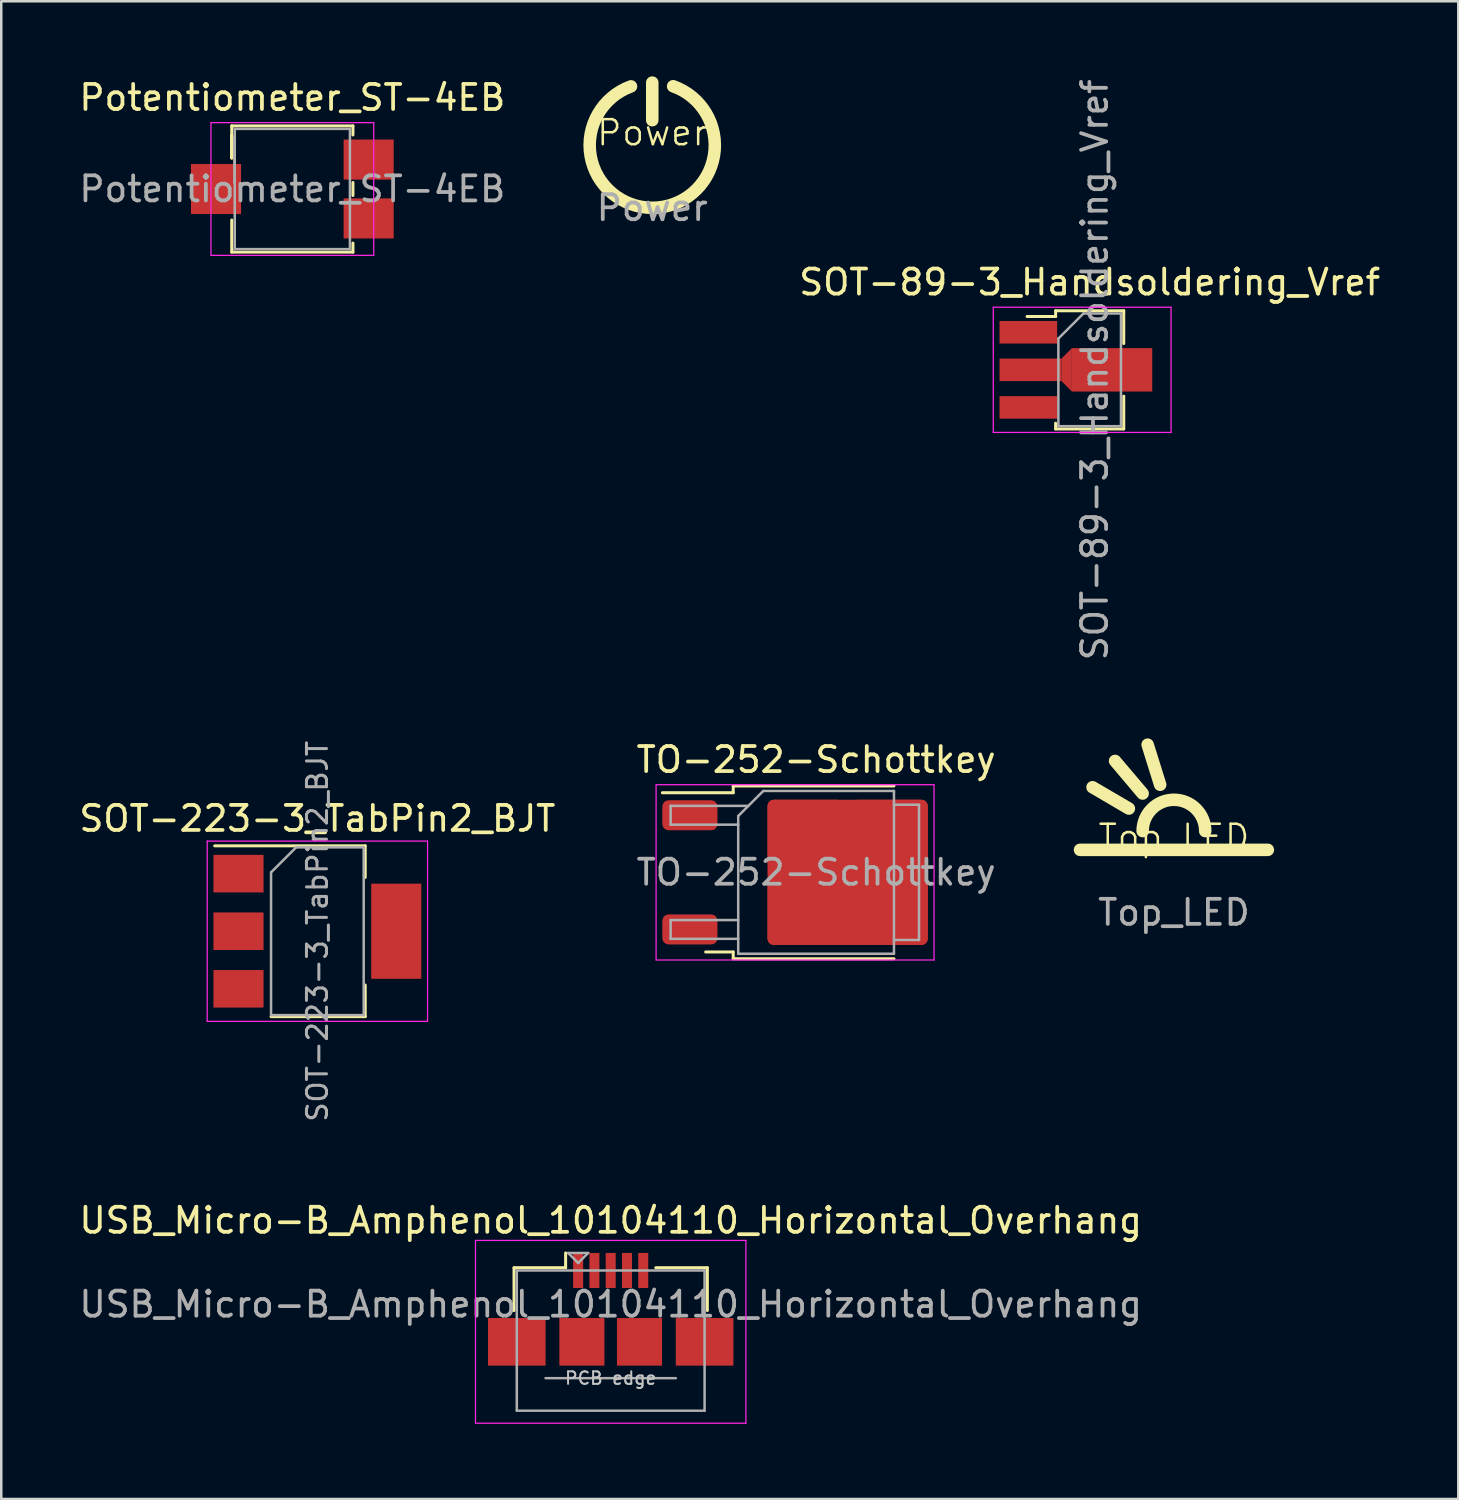
<source format=kicad_pcb>
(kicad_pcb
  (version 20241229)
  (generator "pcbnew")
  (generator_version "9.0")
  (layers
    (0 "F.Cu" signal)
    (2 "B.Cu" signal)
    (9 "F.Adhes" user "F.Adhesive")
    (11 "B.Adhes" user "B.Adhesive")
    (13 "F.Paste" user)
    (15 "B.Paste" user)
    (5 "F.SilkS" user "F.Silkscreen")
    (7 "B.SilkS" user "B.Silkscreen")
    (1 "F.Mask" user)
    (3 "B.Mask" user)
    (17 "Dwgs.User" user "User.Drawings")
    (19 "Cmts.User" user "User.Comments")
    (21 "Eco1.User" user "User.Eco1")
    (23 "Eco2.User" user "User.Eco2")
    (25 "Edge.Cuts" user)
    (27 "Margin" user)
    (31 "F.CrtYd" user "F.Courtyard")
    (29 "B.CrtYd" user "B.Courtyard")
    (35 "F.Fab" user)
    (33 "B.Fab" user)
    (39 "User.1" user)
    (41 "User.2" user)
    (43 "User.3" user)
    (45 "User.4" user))
  (footprint "SOT-89-3_Handsoldering_Vref"
    (layer "F.Cu")
    (at 40.468 11.72)
    (property "Reference" "SOT-89-3_Handsoldering_Vref" (at 0 -3.5 0) (layer "F.SilkS") (effects (font (size 1 1) (thickness 0.15))))
    (attr smd)
    (fp_poly (pts (xy -1.125 -0.45) (xy -0.711 -0.867) (xy -0.711 0.867) (xy -1.125 0.45)) (stroke (width 0) (type solid)) (fill yes) (layer "F.Cu"))
    (fp_poly (pts (xy 2.499 0.867) (xy -0.711 0.867) (xy -0.711 -0.867) (xy 2.499 -0.867)) (stroke (width 0) (type solid)) (fill yes) (layer "F.Cu"))
    (fp_line (start -2.5 -2.13) (end -1.36 -2.13) (stroke (width 0.12) (type solid)) (layer "F.SilkS"))
    (fp_line (start -1.36 -2.36) (end -1.36 -2.13) (stroke (width 0.12) (type solid)) (layer "F.SilkS"))
    (fp_line (start -1.36 -2.36) (end 1.36 -2.36) (stroke (width 0.12) (type solid)) (layer "F.SilkS"))
    (fp_line (start -1.36 2.36) (end -1.36 2.13) (stroke (width 0.12) (type solid)) (layer "F.SilkS"))
    (fp_line (start 1.36 -2.36) (end 1.36 -1.05) (stroke (width 0.12) (type solid)) (layer "F.SilkS"))
    (fp_line (start 1.36 1.05) (end 1.36 2.36) (stroke (width 0.12) (type solid)) (layer "F.SilkS"))
    (fp_line (start 1.36 2.36) (end -1.36 2.36) (stroke (width 0.12) (type solid)) (layer "F.SilkS"))
    (fp_line (start -3.85 2.5) (end -3.85 -2.5) (stroke (width 0.05) (type solid)) (layer "F.CrtYd"))
    (fp_line (start -3.85 2.5) (end 3.25 2.5) (stroke (width 0.05) (type solid)) (layer "F.CrtYd"))
    (fp_line (start 3.25 -2.5) (end -3.85 -2.5) (stroke (width 0.05) (type solid)) (layer "F.CrtYd"))
    (fp_line (start 3.25 -2.5) (end 3.25 2.5) (stroke (width 0.05) (type solid)) (layer "F.CrtYd"))
    (fp_line (start -1.25 -1.25) (end -0.25 -2.25) (stroke (width 0.1) (type solid)) (layer "F.Fab"))
    (fp_line (start -1.25 2.25) (end -1.25 -1.25) (stroke (width 0.1) (type solid)) (layer "F.Fab"))
    (fp_line (start -0.25 -2.25) (end 1.25 -2.25) (stroke (width 0.1) (type solid)) (layer "F.Fab"))
    (fp_line (start 1.25 -2.25) (end 1.25 2.25) (stroke (width 0.1) (type solid)) (layer "F.Fab"))
    (fp_line (start 1.25 2.25) (end -1.25 2.25) (stroke (width 0.1) (type solid)) (layer "F.Fab"))
    (fp_text user "${REFERENCE}" (at 0.2 0 90) (layer "F.Fab") (effects (font (size 1 1) (thickness 0.15))))
    (pad "1" smd rect (at -2.45 -1.5) (size 2.3 0.9) (layers "F.Cu" "F.Mask" "F.Paste"))
    (pad "2" smd rect (at -2.362 0) (size 2.475 0.9) (layers "F.Cu" "F.Mask" "F.Paste"))
    (pad "3" smd rect (at -2.45 1.5) (size 2.3 0.9) (layers "F.Cu" "F.Mask" "F.Paste")))
  (footprint "TO-252-Schottkey"
    (layer "F.Cu")
    (at 29.542 31.789)
    (property "Reference" "TO-252-Schottkey" (at 0 -4.5 0) (layer "F.SilkS") (effects (font (size 1 1) (thickness 0.15))))
    (attr smd)
    (fp_line (start -3.31 -3.45) (end -3.31 -3.18) (stroke (width 0.12) (type solid)) (layer "F.SilkS"))
    (fp_line (start -3.31 -3.18) (end -6.14 -3.18) (stroke (width 0.12) (type solid)) (layer "F.SilkS"))
    (fp_line (start -3.31 3.18) (end -4.41 3.18) (stroke (width 0.12) (type solid)) (layer "F.SilkS"))
    (fp_line (start -3.31 3.45) (end -3.31 3.18) (stroke (width 0.12) (type solid)) (layer "F.SilkS"))
    (fp_line (start 3.11 -3.45) (end -3.31 -3.45) (stroke (width 0.12) (type solid)) (layer "F.SilkS"))
    (fp_line (start 3.11 3.45) (end -3.31 3.45) (stroke (width 0.12) (type solid)) (layer "F.SilkS"))
    (fp_line (start -6.39 -3.5) (end -6.39 3.5) (stroke (width 0.05) (type solid)) (layer "F.CrtYd"))
    (fp_line (start -6.39 3.5) (end 4.71 3.5) (stroke (width 0.05) (type solid)) (layer "F.CrtYd"))
    (fp_line (start 4.71 -3.5) (end -6.39 -3.5) (stroke (width 0.05) (type solid)) (layer "F.CrtYd"))
    (fp_line (start 4.71 3.5) (end 4.71 -3.5) (stroke (width 0.05) (type solid)) (layer "F.CrtYd"))
    (fp_line (start -5.81 -2.655) (end -5.81 -1.905) (stroke (width 0.1) (type solid)) (layer "F.Fab"))
    (fp_line (start -5.81 -1.905) (end -3.11 -1.905) (stroke (width 0.1) (type solid)) (layer "F.Fab"))
    (fp_line (start -5.81 1.905) (end -5.81 2.655) (stroke (width 0.1) (type solid)) (layer "F.Fab"))
    (fp_line (start -5.81 2.655) (end -3.11 2.655) (stroke (width 0.1) (type solid)) (layer "F.Fab"))
    (fp_line (start -3.11 -2.25) (end -2.11 -3.25) (stroke (width 0.1) (type solid)) (layer "F.Fab"))
    (fp_line (start -3.11 1.905) (end -5.81 1.905) (stroke (width 0.1) (type solid)) (layer "F.Fab"))
    (fp_line (start -3.11 3.25) (end -3.11 -2.25) (stroke (width 0.1) (type solid)) (layer "F.Fab"))
    (fp_line (start -2.705 -2.655) (end -5.81 -2.655) (stroke (width 0.1) (type solid)) (layer "F.Fab"))
    (fp_line (start -2.11 -3.25) (end 3.11 -3.25) (stroke (width 0.1) (type solid)) (layer "F.Fab"))
    (fp_line (start 3.11 -3.25) (end 3.11 3.25) (stroke (width 0.1) (type solid)) (layer "F.Fab"))
    (fp_line (start 3.11 -2.7) (end 4.11 -2.7) (stroke (width 0.1) (type solid)) (layer "F.Fab"))
    (fp_line (start 3.11 3.25) (end -3.11 3.25) (stroke (width 0.1) (type solid)) (layer "F.Fab"))
    (fp_line (start 4.11 -2.7) (end 4.11 2.7) (stroke (width 0.1) (type solid)) (layer "F.Fab"))
    (fp_line (start 4.11 2.7) (end 3.11 2.7) (stroke (width 0.1) (type solid)) (layer "F.Fab"))
    (fp_text user "${REFERENCE}" (at 0 0 0) (layer "F.Fab") (effects (font (size 1 1) (thickness 0.15))))
    (pad "1" smd roundrect (at -0.415 -1.525) (size 3.05 2.75) (layers "F.Cu" "F.Paste") (roundrect_rratio 0.091))
    (pad "1" smd roundrect (at -0.415 1.525) (size 3.05 2.75) (layers "F.Cu" "F.Paste") (roundrect_rratio 0.091))
    (pad "1" smd roundrect (at 1.26 0) (size 6.4 5.8) (layers "F.Cu" "F.Mask") (roundrect_rratio 0.043))
    (pad "1" smd roundrect (at 2.935 -1.525) (size 3.05 2.75) (layers "F.Cu" "F.Paste") (roundrect_rratio 0.091))
    (pad "1" smd roundrect (at 2.935 1.525) (size 3.05 2.75) (layers "F.Cu" "F.Paste") (roundrect_rratio 0.091))
    (pad "2" smd roundrect (at -5.04 -2.28) (size 2.2 1.2) (layers "F.Cu" "F.Mask" "F.Paste") (roundrect_rratio 0.208))
    (pad "2" smd roundrect (at -5.04 2.28) (size 2.2 1.2) (layers "F.Cu" "F.Mask" "F.Paste") (roundrect_rratio 0.208)))
  (footprint "Top_LED"
    (layer "F.Cu")
    (at 43.833 30.89)
    (property "Reference" "Top_LED" (at 0 -0.5 0) (unlocked yes) (layer "F.SilkS") (effects (font (size 1 1) (thickness 0.1))))
    (fp_line (start -1.8 -1.65) (end -3.25 -2.5) (stroke (width 0.5) (type default)) (layer "F.SilkS"))
    (fp_line (start -1.25 -2.25) (end -2.35 -3.55) (stroke (width 0.5) (type default)) (layer "F.SilkS"))
    (fp_line (start -0.55 -2.6) (end -1.05 -4.2) (stroke (width 0.5) (type default)) (layer "F.SilkS"))
    (fp_line (start 3.75 0) (end -3.75 0) (stroke (width 0.5) (type default)) (layer "F.SilkS"))
    (fp_arc (start -1.25 -0.75) (mid 0 -2) (end 1.25 -0.75) (stroke (width 0.5) (type default)) (layer "F.SilkS"))
    (fp_circle (center 0 -0.6) (end 1.45 0.85) (stroke (width 0.1) (type default)) (fill no) (layer "User.1"))
    (fp_circle (center 0 -0.6) (end 3.75 -0.6) (stroke (width 0.1) (type default)) (fill no) (layer "User.1"))
    (fp_text user "${REFERENCE}" (at 0 2.5 0) (unlocked yes) (layer "F.Fab") (effects (font (size 1 1) (thickness 0.15)))))
  (footprint "Power"
    (layer "F.Cu")
    (at 22.999 2.75)
    (property "Reference" "Power" (at 0 -0.5 0) (unlocked yes) (layer "F.SilkS") (effects (font (size 1 1) (thickness 0.1))))
    (fp_line (start 0 -2.5) (end 0 -1) (stroke (width 0.5) (type default)) (layer "F.SilkS"))
    (fp_arc (start 0.834284 -2.355624) (mid 0.008344 2.498985) (end -0.85 -2.349999) (stroke (width 0.5) (type default)) (layer "F.SilkS"))
    (fp_text user "${REFERENCE}" (at 0 2.5 0) (unlocked yes) (layer "F.Fab") (effects (font (size 1 1) (thickness 0.15)))))
  (footprint "Potentiometer_ST-4EB"
    (layer "F.Cu")
    (at 8.625 4.498)
    (property "Reference" "Potentiometer_ST-4EB" (at 0 -3.65 0) (layer "F.SilkS") (effects (font (size 1 1) (thickness 0.15))))
    (attr smd)
    (fp_line (start -2.42 -2.52) (end -2.42 -1.24) (stroke (width 0.12) (type solid)) (layer "F.SilkS"))
    (fp_line (start -2.42 -2.52) (end 2.42 -2.52) (stroke (width 0.12) (type solid)) (layer "F.SilkS"))
    (fp_line (start -2.42 -2.14) (end -2.42 -2.14) (stroke (width 0.12) (type solid)) (layer "F.SilkS"))
    (fp_line (start -2.42 -2.14) (end -2.42 -1.24) (stroke (width 0.12) (type solid)) (layer "F.SilkS"))
    (fp_line (start -2.42 -2.14) (end -2.42 -1.24) (stroke (width 0.12) (type solid)) (layer "F.SilkS"))
    (fp_line (start -2.42 1.24) (end -2.42 2.52) (stroke (width 0.12) (type solid)) (layer "F.SilkS"))
    (fp_line (start -2.42 2.52) (end 2.42 2.52) (stroke (width 0.12) (type solid)) (layer "F.SilkS"))
    (fp_line (start 2.42 -2.52) (end 2.42 -2.159) (stroke (width 0.12) (type solid)) (layer "F.SilkS"))
    (fp_line (start 2.42 -0.26) (end 2.42 0.26) (stroke (width 0.12) (type solid)) (layer "F.SilkS"))
    (fp_line (start 2.42 2.159) (end 2.42 2.52) (stroke (width 0.12) (type solid)) (layer "F.SilkS"))
    (fp_line (start -3.25 -2.65) (end -3.25 2.65) (stroke (width 0.05) (type solid)) (layer "F.CrtYd"))
    (fp_line (start -3.25 2.65) (end 3.25 2.65) (stroke (width 0.05) (type solid)) (layer "F.CrtYd"))
    (fp_line (start 3.25 -2.65) (end -3.25 -2.65) (stroke (width 0.05) (type solid)) (layer "F.CrtYd"))
    (fp_line (start 3.25 2.65) (end 3.25 -2.65) (stroke (width 0.05) (type solid)) (layer "F.CrtYd"))
    (fp_line (start -2.3 -2.4) (end -2.3 2.4) (stroke (width 0.1) (type solid)) (layer "F.Fab"))
    (fp_line (start -2.3 -2.02) (end -2.3 -2.02) (stroke (width 0.1) (type solid)) (layer "F.Fab"))
    (fp_line (start -2.3 -2.02) (end -2.3 -0.24) (stroke (width 0.1) (type solid)) (layer "F.Fab"))
    (fp_line (start -2.3 -1.13) (end -2.3 -1.13) (stroke (width 0.1) (type solid)) (layer "F.Fab"))
    (fp_line (start -2.3 -0.24) (end -2.3 -2.02) (stroke (width 0.1) (type solid)) (layer "F.Fab"))
    (fp_line (start -2.3 -0.24) (end -2.3 -0.24) (stroke (width 0.1) (type solid)) (layer "F.Fab"))
    (fp_line (start -2.3 2.4) (end 2.3 2.4) (stroke (width 0.1) (type solid)) (layer "F.Fab"))
    (fp_line (start 2.3 -2.4) (end -2.3 -2.4) (stroke (width 0.1) (type solid)) (layer "F.Fab"))
    (fp_line (start 2.3 2.4) (end 2.3 -2.4) (stroke (width 0.1) (type solid)) (layer "F.Fab"))
    (fp_text user "${REFERENCE}" (at 0 0 0) (layer "F.Fab") (effects (font (size 1 1) (thickness 0.15))))
    (pad "1" smd rect (at 3.048 -1.175) (size 2 1.6) (layers "F.Cu" "F.Mask" "F.Paste"))
    (pad "2" smd rect (at -3.048 0) (size 2 2) (layers "F.Cu" "F.Mask" "F.Paste"))
    (pad "3" smd rect (at 3.048 1.175) (size 2 1.6) (layers "F.Cu" "F.Mask" "F.Paste")))
  (footprint "USB_Micro-B_Amphenol_10104110_Horizontal_Overhang"
    (layer "F.Cu")
    (at 21.339 49.239)
    (property "Reference" "USB_Micro-B_Amphenol_10104110_Horizontal_Overhang" (at 0 -3.55 180) (layer "F.SilkS") (effects (font (size 1 1) (thickness 0.15))))
    (attr smd)
    (fp_line (start -3.86 -1.66) (end -1.8 -1.66) (stroke (width 0.12) (type solid)) (layer "F.SilkS"))
    (fp_line (start -3.86 0.05) (end -3.86 -1.66) (stroke (width 0.12) (type solid)) (layer "F.SilkS"))
    (fp_line (start -1.8 -1.66) (end -1.8 -2.25) (stroke (width 0.12) (type solid)) (layer "F.SilkS"))
    (fp_line (start 3.86 -1.66) (end 1.8 -1.66) (stroke (width 0.12) (type solid)) (layer "F.SilkS"))
    (fp_line (start 3.86 0.05) (end 3.86 -1.66) (stroke (width 0.12) (type solid)) (layer "F.SilkS"))
    (fp_line (start -5.4 -2.75) (end -5.4 4.55) (stroke (width 0.05) (type solid)) (layer "F.CrtYd"))
    (fp_line (start -5.4 4.55) (end 5.4 4.55) (stroke (width 0.05) (type solid)) (layer "F.CrtYd"))
    (fp_line (start 5.4 -2.75) (end -5.4 -2.75) (stroke (width 0.05) (type solid)) (layer "F.CrtYd"))
    (fp_line (start 5.4 4.55) (end 5.4 -2.75) (stroke (width 0.05) (type solid)) (layer "F.CrtYd"))
    (fp_line (start -3.75 -1.55) (end 3.75 -1.55) (stroke (width 0.1) (type solid)) (layer "F.Fab"))
    (fp_line (start -3.75 4.05) (end -3.75 -1.55) (stroke (width 0.1) (type solid)) (layer "F.Fab"))
    (fp_line (start -2.6 2.75) (end 2.6 2.75) (stroke (width 0.1) (type solid)) (layer "F.Fab"))
    (fp_line (start -1.7 -2.25) (end -1.3 -1.85) (stroke (width 0.1) (type solid)) (layer "F.Fab"))
    (fp_line (start -1.3 -1.85) (end -0.9 -2.25) (stroke (width 0.1) (type solid)) (layer "F.Fab"))
    (fp_line (start -0.9 -2.25) (end -1.7 -2.25) (stroke (width 0.1) (type solid)) (layer "F.Fab"))
    (fp_line (start 3.75 -1.55) (end 3.75 4.05) (stroke (width 0.1) (type solid)) (layer "F.Fab"))
    (fp_line (start 3.75 4.05) (end -3.75 4.05) (stroke (width 0.1) (type solid)) (layer "F.Fab"))
    (fp_text user "PCB edge" (at 0 2.75 180) (layer "Dwgs.User") (effects (font (size 0.5 0.5) (thickness 0.08))))
    (fp_text user "${REFERENCE}" (at 0 -0.2 180) (layer "F.Fab") (effects (font (size 1 1) (thickness 0.15))))
    (pad "1" smd rect (at -1.3 -1.55) (size 0.4 1.4) (layers "F.Cu" "F.Mask" "F.Paste"))
    (pad "2" smd rect (at -0.65 -1.55) (size 0.4 1.4) (layers "F.Cu" "F.Mask" "F.Paste"))
    (pad "3" smd rect (at 0 -1.55) (size 0.4 1.4) (layers "F.Cu" "F.Mask" "F.Paste"))
    (pad "4" smd rect (at 0.65 -1.55) (size 0.4 1.4) (layers "F.Cu" "F.Mask" "F.Paste"))
    (pad "5" smd rect (at 1.3 -1.55) (size 0.4 1.4) (layers "F.Cu" "F.Mask" "F.Paste"))
    (pad "6" smd rect (at -3.75 1.3) (size 2.3 1.9) (layers "F.Cu" "F.Mask" "F.Paste"))
    (pad "6" smd rect (at -1.15 1.3) (size 1.8 1.9) (layers "F.Cu" "F.Mask" "F.Paste"))
    (pad "6" smd rect (at 1.15 1.3) (size 1.8 1.9) (layers "F.Cu" "F.Mask" "F.Paste"))
    (pad "6" smd rect (at 3.75 1.3) (size 2.3 1.9) (layers "F.Cu" "F.Mask" "F.Paste")))
  (footprint "SOT-223-3_TabPin2_BJT"
    (layer "F.Cu")
    (at 9.625 34.14)
    (property "Reference" "SOT-223-3_TabPin2_BJT" (at 0 -4.5 0) (layer "F.SilkS") (effects (font (size 1 1) (thickness 0.15))))
    (attr smd)
    (fp_line (start -4.1 -3.41) (end 1.91 -3.41) (stroke (width 0.12) (type solid)) (layer "F.SilkS"))
    (fp_line (start -1.85 3.41) (end 1.91 3.41) (stroke (width 0.12) (type solid)) (layer "F.SilkS"))
    (fp_line (start 1.91 -3.41) (end 1.91 -2.15) (stroke (width 0.12) (type solid)) (layer "F.SilkS"))
    (fp_line (start 1.91 3.41) (end 1.91 2.15) (stroke (width 0.12) (type solid)) (layer "F.SilkS"))
    (fp_line (start -4.4 -3.6) (end -4.4 3.6) (stroke (width 0.05) (type solid)) (layer "F.CrtYd"))
    (fp_line (start -4.4 3.6) (end 4.4 3.6) (stroke (width 0.05) (type solid)) (layer "F.CrtYd"))
    (fp_line (start 4.4 -3.6) (end -4.4 -3.6) (stroke (width 0.05) (type solid)) (layer "F.CrtYd"))
    (fp_line (start 4.4 3.6) (end 4.4 -3.6) (stroke (width 0.05) (type solid)) (layer "F.CrtYd"))
    (fp_line (start -1.85 -2.35) (end -1.85 3.35) (stroke (width 0.1) (type solid)) (layer "F.Fab"))
    (fp_line (start -1.85 -2.35) (end -0.85 -3.35) (stroke (width 0.1) (type solid)) (layer "F.Fab"))
    (fp_line (start -1.85 3.35) (end 1.85 3.35) (stroke (width 0.1) (type solid)) (layer "F.Fab"))
    (fp_line (start -0.85 -3.35) (end 1.85 -3.35) (stroke (width 0.1) (type solid)) (layer "F.Fab"))
    (fp_line (start 1.85 -3.35) (end 1.85 3.35) (stroke (width 0.1) (type solid)) (layer "F.Fab"))
    (fp_text user "${REFERENCE}" (at 0 0 90) (layer "F.Fab") (effects (font (size 0.8 0.8) (thickness 0.12))))
    (pad "1" smd rect (at -3.15 0) (size 2 1.5) (layers "F.Cu" "F.Mask" "F.Paste"))
    (pad "1" smd rect (at 3.15 0) (size 2 3.8) (layers "F.Cu" "F.Mask" "F.Paste"))
    (pad "2" smd rect (at -3.15 -2.3) (size 2 1.5) (layers "F.Cu" "F.Mask" "F.Paste"))
    (pad "3" smd rect (at -3.15 2.3) (size 2 1.5) (layers "F.Cu" "F.Mask" "F.Paste")))
  (gr_rect
    (start -3 -3)
    (end 55.188 56.814)
    (stroke (width 0.1) (type default))
    (fill no)
    (layer "Edge.Cuts")))
</source>
